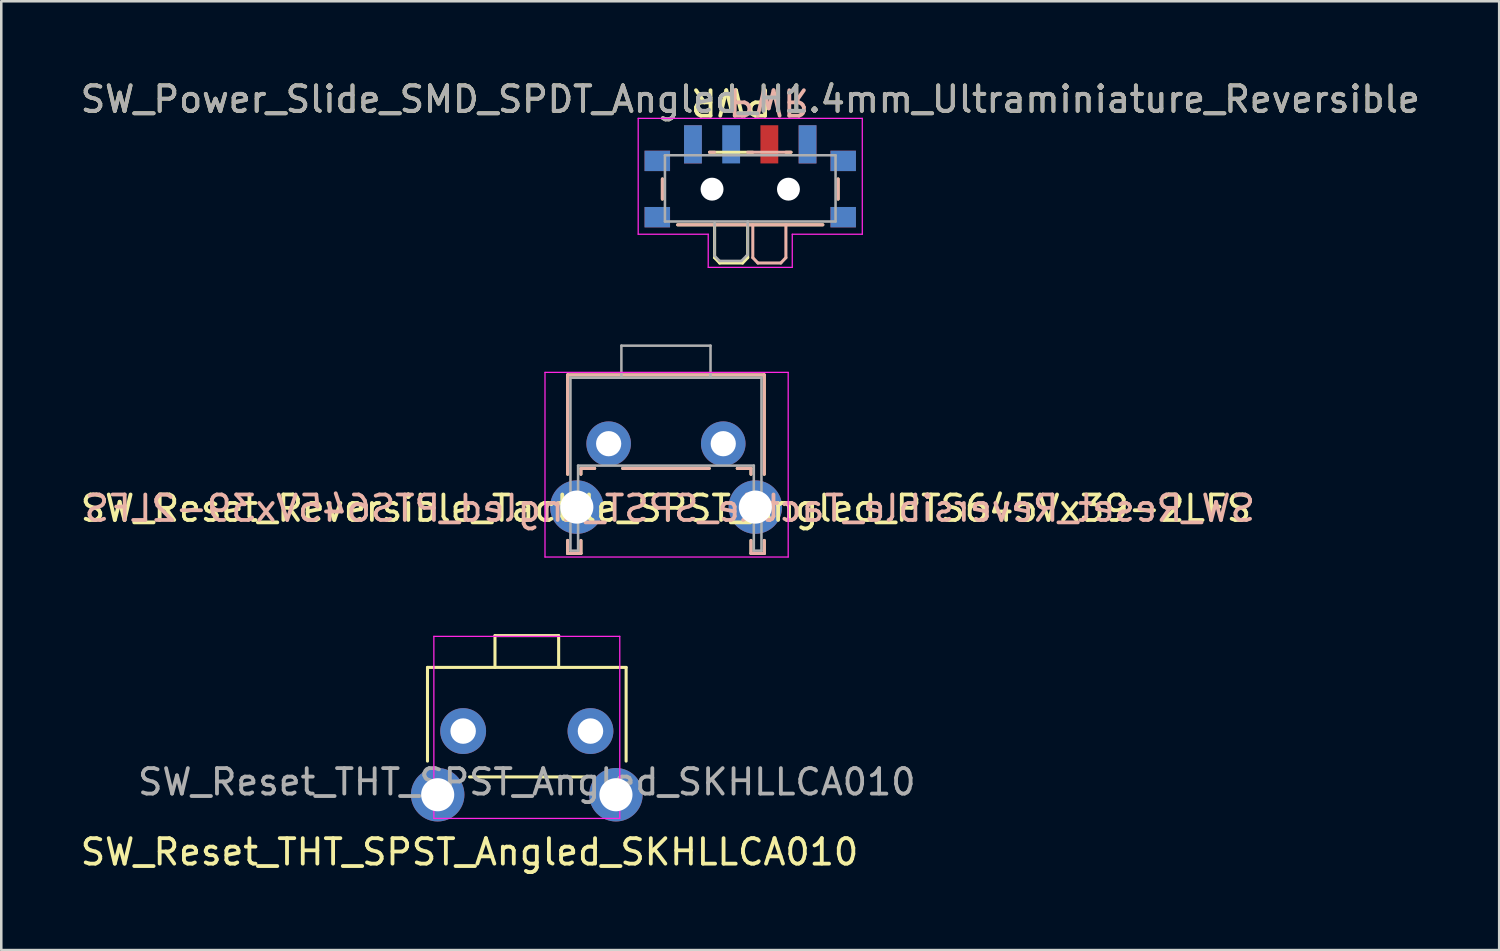
<source format=kicad_pcb>
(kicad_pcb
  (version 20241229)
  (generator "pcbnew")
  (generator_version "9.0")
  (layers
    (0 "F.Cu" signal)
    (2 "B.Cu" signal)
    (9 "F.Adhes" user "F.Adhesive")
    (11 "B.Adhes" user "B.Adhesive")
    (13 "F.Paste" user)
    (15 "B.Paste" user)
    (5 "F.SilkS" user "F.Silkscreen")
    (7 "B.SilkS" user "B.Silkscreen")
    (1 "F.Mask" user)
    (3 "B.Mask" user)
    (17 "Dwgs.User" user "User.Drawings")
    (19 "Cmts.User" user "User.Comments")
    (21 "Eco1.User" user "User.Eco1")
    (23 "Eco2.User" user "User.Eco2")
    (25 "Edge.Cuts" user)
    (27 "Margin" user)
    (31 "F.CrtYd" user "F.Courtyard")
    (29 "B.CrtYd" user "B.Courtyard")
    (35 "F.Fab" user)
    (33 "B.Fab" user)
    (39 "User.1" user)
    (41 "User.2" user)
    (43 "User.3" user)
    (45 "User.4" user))
  (footprint "SW_Reset_Reversible_Tactile_SPST_Angled_PTS645Vx39-2LFS"
    (layer "F.Cu")
    (at 20.851 14.373)
    (property "Reference" "SW_Reset_Reversible_Tactile_SPST_Angled_PTS645Vx39-2LFS" (at 2.25 2.54 0) (layer "F.SilkS") (effects (font (size 1 1) (thickness 0.15))))
    (attr through_hole)
    (fp_line (start -1.61 -2.7) (end -1.61 1.2) (stroke (width 0.12) (type solid)) (layer "F.SilkS"))
    (fp_line (start -1.61 -2.7) (end 6.11 -2.7) (stroke (width 0.12) (type solid)) (layer "F.SilkS"))
    (fp_line (start -1.61 3.8) (end -1.61 4.31) (stroke (width 0.12) (type solid)) (layer "F.SilkS"))
    (fp_line (start -1.61 4.31) (end -1.09 4.31) (stroke (width 0.12) (type solid)) (layer "F.SilkS"))
    (fp_line (start -1.09 0.97) (end -1.09 1.2) (stroke (width 0.12) (type solid)) (layer "F.SilkS"))
    (fp_line (start -1.09 0.97) (end -0.55 0.97) (stroke (width 0.12) (type solid)) (layer "F.SilkS"))
    (fp_line (start -1.09 3.8) (end -1.09 4.31) (stroke (width 0.12) (type solid)) (layer "F.SilkS"))
    (fp_line (start 0.55 0.97) (end 3.95 0.97) (stroke (width 0.12) (type solid)) (layer "F.SilkS"))
    (fp_line (start 5.05 0.97) (end 5.59 0.97) (stroke (width 0.12) (type solid)) (layer "F.SilkS"))
    (fp_line (start 5.59 0.97) (end 5.59 1.2) (stroke (width 0.12) (type solid)) (layer "F.SilkS"))
    (fp_line (start 5.59 3.8) (end 5.59 4.31) (stroke (width 0.12) (type solid)) (layer "F.SilkS"))
    (fp_line (start 5.59 4.31) (end 6.11 4.31) (stroke (width 0.12) (type solid)) (layer "F.SilkS"))
    (fp_line (start 6.11 -2.7) (end 6.11 1.2) (stroke (width 0.12) (type solid)) (layer "F.SilkS"))
    (fp_line (start 6.11 3.8) (end 6.11 4.31) (stroke (width 0.12) (type solid)) (layer "F.SilkS"))
    (fp_line (start -1.61 -2.7) (end -1.61 1.2) (stroke (width 0.12) (type solid)) (layer "B.SilkS"))
    (fp_line (start -1.61 3.8) (end -1.61 4.31) (stroke (width 0.12) (type solid)) (layer "B.SilkS"))
    (fp_line (start -1.09 0.97) (end -1.09 1.2) (stroke (width 0.12) (type solid)) (layer "B.SilkS"))
    (fp_line (start -1.09 3.8) (end -1.09 4.31) (stroke (width 0.12) (type solid)) (layer "B.SilkS"))
    (fp_line (start -1.09 4.31) (end -1.61 4.31) (stroke (width 0.12) (type solid)) (layer "B.SilkS"))
    (fp_line (start -0.55 0.97) (end -1.09 0.97) (stroke (width 0.12) (type solid)) (layer "B.SilkS"))
    (fp_line (start 3.95 0.97) (end 0.55 0.97) (stroke (width 0.12) (type solid)) (layer "B.SilkS"))
    (fp_line (start 5.59 0.97) (end 5.05 0.97) (stroke (width 0.12) (type solid)) (layer "B.SilkS"))
    (fp_line (start 5.59 0.97) (end 5.59 1.2) (stroke (width 0.12) (type solid)) (layer "B.SilkS"))
    (fp_line (start 5.59 3.8) (end 5.59 4.31) (stroke (width 0.12) (type solid)) (layer "B.SilkS"))
    (fp_line (start 6.11 -2.7) (end -1.61 -2.7) (stroke (width 0.12) (type solid)) (layer "B.SilkS"))
    (fp_line (start 6.11 -2.7) (end 6.11 1.2) (stroke (width 0.12) (type solid)) (layer "B.SilkS"))
    (fp_line (start 6.11 3.8) (end 6.11 4.31) (stroke (width 0.12) (type solid)) (layer "B.SilkS"))
    (fp_line (start 6.11 4.31) (end 5.59 4.31) (stroke (width 0.12) (type solid)) (layer "B.SilkS"))
    (fp_line (start -2.5 -2.8) (end 7.05 -2.8) (stroke (width 0.05) (type solid)) (layer "F.CrtYd"))
    (fp_line (start -2.5 4.45) (end -2.5 -2.8) (stroke (width 0.05) (type solid)) (layer "F.CrtYd"))
    (fp_line (start 7.05 -2.8) (end 7.05 4.45) (stroke (width 0.05) (type solid)) (layer "F.CrtYd"))
    (fp_line (start 7.05 4.45) (end -2.5 4.45) (stroke (width 0.05) (type solid)) (layer "F.CrtYd"))
    (fp_line (start -1.5 -2.59) (end 6 -2.59) (stroke (width 0.1) (type solid)) (layer "F.Fab"))
    (fp_line (start -1.5 4.2) (end -1.5 -2.59) (stroke (width 0.1) (type solid)) (layer "F.Fab"))
    (fp_line (start -1.5 4.2) (end -1.2 4.2) (stroke (width 0.1) (type solid)) (layer "F.Fab"))
    (fp_line (start -1.2 0.86) (end 5.7 0.86) (stroke (width 0.1) (type solid)) (layer "F.Fab"))
    (fp_line (start -1.2 4.2) (end -1.2 0.86) (stroke (width 0.1) (type solid)) (layer "F.Fab"))
    (fp_line (start 0.5 -3.85) (end 0.5 -2.59) (stroke (width 0.1) (type solid)) (layer "F.Fab"))
    (fp_line (start 0.5 -3.85) (end 4 -3.85) (stroke (width 0.1) (type solid)) (layer "F.Fab"))
    (fp_line (start 4 -3.85) (end 4 -2.59) (stroke (width 0.1) (type solid)) (layer "F.Fab"))
    (fp_line (start 5.7 4.2) (end 5.7 0.86) (stroke (width 0.1) (type solid)) (layer "F.Fab"))
    (fp_line (start 5.7 4.2) (end 6 4.2) (stroke (width 0.1) (type solid)) (layer "F.Fab"))
    (fp_line (start 6 4.2) (end 6 -2.59) (stroke (width 0.1) (type solid)) (layer "F.Fab"))
    (fp_text user "${REFERENCE}" (at 2.4 2.54 0) (layer "B.SilkS") (effects (font (size 1 1) (thickness 0.15)) (justify mirror)))
    (pad "" thru_hole circle (at -1.25 2.49) (size 2.1 2.1) (drill 1.3) (layers "*.Cu" "*.Mask"))
    (pad "" thru_hole circle (at 5.76 2.49) (size 2.1 2.1) (drill 1.3) (layers "*.Cu" "*.Mask"))
    (pad "1" thru_hole circle (at 0 0) (size 1.75 1.75) (drill 0.99) (layers "*.Cu" "*.Mask"))
    (pad "2" thru_hole circle (at 4.5 0) (size 1.75 1.75) (drill 0.99) (layers "*.Cu" "*.Mask")))
  (footprint "SW_Reset_THT_SPST_Angled_SKHLLCA010"
    (layer "F.Cu")
    (at 17.637 26.908)
    (property "Reference" "SW_Reset_THT_SPST_Angled_SKHLLCA010" (at -2.25 3.5 0) (unlocked yes) (layer "F.SilkS") (effects (font (size 1 1) (thickness 0.15))))
    (attr through_hole)
    (fp_line (start -3.9 -3.75) (end 3.9 -3.75) (stroke (width 0.12) (type solid)) (layer "F.SilkS"))
    (fp_line (start -3.9 -0.07) (end -3.9 -3.75) (stroke (width 0.12) (type solid)) (layer "F.SilkS"))
    (fp_line (start -2.25 0.55) (end 2.25 0.55) (stroke (width 0.12) (type solid)) (layer "F.SilkS"))
    (fp_line (start -1.25 -5) (end 1.25 -5) (stroke (width 0.12) (type solid)) (layer "F.SilkS"))
    (fp_line (start -1.25 -3.75) (end -1.25 -5) (stroke (width 0.12) (type solid)) (layer "F.SilkS"))
    (fp_line (start 1.25 -3.75) (end 1.25 -5) (stroke (width 0.12) (type solid)) (layer "F.SilkS"))
    (fp_line (start 3.9 -0.07) (end 3.9 -3.75) (stroke (width 0.12) (type solid)) (layer "F.SilkS"))
    (fp_line (start -3.65 -4.97) (end -3.65 2.18) (stroke (width 0.05) (type solid)) (layer "F.CrtYd"))
    (fp_line (start -3.65 -4.97) (end 3.65 -4.97) (stroke (width 0.05) (type solid)) (layer "F.CrtYd"))
    (fp_line (start -3.65 2.18) (end 3.65 2.18) (stroke (width 0.05) (type solid)) (layer "F.CrtYd"))
    (fp_line (start 3.65 -4.97) (end 3.65 2.18) (stroke (width 0.05) (type solid)) (layer "F.CrtYd"))
    (fp_text user "${REFERENCE}" (at 0 0.75 0) (unlocked yes) (layer "F.Fab") (effects (font (size 1 1) (thickness 0.15))))
    (pad "" thru_hole circle (at -3.5 1.25) (size 2.1 2.1) (drill 1.3) (layers "*.Cu" "*.Mask"))
    (pad "" thru_hole circle (at 3.5 1.25) (size 2.1 2.1) (drill 1.3) (layers "*.Cu" "*.Mask"))
    (pad "1" thru_hole circle (at 2.5 -1.25) (size 1.8 1.8) (drill 1) (layers "*.Cu" "B.Mask"))
    (pad "2" thru_hole circle (at -2.5 -1.25) (size 1.8 1.8) (drill 1) (layers "*.Cu" "B.Mask")))
  (footprint "SW_Power_Slide_SMD_SPDT_Angled_H1.4mm_Ultraminiature_Reversible"
    (layer "F.Cu")
    (at 26.411 4.048)
    (property "Reference" "SW_Power_Slide_SMD_SPDT_Angled_H1.4mm_Ultraminiature_Reversible" (at 0 -3.2 0) (layer "F.SilkS") (effects (font (size 1 1) (thickness 0.15))))
    (attr smd)
    (fp_line (start -3.45 -0.07) (end -3.45 0.72) (stroke (width 0.12) (type solid)) (layer "F.SilkS"))
    (fp_line (start -2.85 1.73) (end 2.85 1.73) (stroke (width 0.12) (type solid)) (layer "F.SilkS"))
    (fp_line (start -1.6 -1.12) (end 0.1 -1.12) (stroke (width 0.12) (type solid)) (layer "F.SilkS"))
    (fp_line (start -1.4 1.73) (end -1.4 3.02) (stroke (width 0.12) (type solid)) (layer "F.SilkS"))
    (fp_line (start -1.4 3.02) (end -1.2 3.23) (stroke (width 0.12) (type solid)) (layer "F.SilkS"))
    (fp_line (start -1.2 3.23) (end -0.3 3.23) (stroke (width 0.12) (type solid)) (layer "F.SilkS"))
    (fp_line (start -0.1 3.02) (end -0.3 3.23) (stroke (width 0.12) (type solid)) (layer "F.SilkS"))
    (fp_line (start -0.1 3.02) (end -0.1 1.73) (stroke (width 0.12) (type solid)) (layer "F.SilkS"))
    (fp_line (start 1.4 -1.12) (end 1.6 -1.12) (stroke (width 0.12) (type solid)) (layer "F.SilkS"))
    (fp_line (start 3.45 0.72) (end 3.45 -0.07) (stroke (width 0.12) (type solid)) (layer "F.SilkS"))
    (fp_line (start -3.45 0.72) (end -3.45 -0.07) (stroke (width 0.12) (type solid)) (layer "B.SilkS"))
    (fp_line (start -1.4 -1.12) (end -1.6 -1.12) (stroke (width 0.12) (type solid)) (layer "B.SilkS"))
    (fp_line (start 0.1 3.02) (end 0.1 1.73) (stroke (width 0.12) (type solid)) (layer "B.SilkS"))
    (fp_line (start 0.1 3.02) (end 0.3 3.23) (stroke (width 0.12) (type solid)) (layer "B.SilkS"))
    (fp_line (start 1.2 3.23) (end 0.3 3.23) (stroke (width 0.12) (type solid)) (layer "B.SilkS"))
    (fp_line (start 1.4 1.73) (end 1.4 3.02) (stroke (width 0.12) (type solid)) (layer "B.SilkS"))
    (fp_line (start 1.4 3.02) (end 1.2 3.23) (stroke (width 0.12) (type solid)) (layer "B.SilkS"))
    (fp_line (start 1.6 -1.12) (end -0.1 -1.12) (stroke (width 0.12) (type solid)) (layer "B.SilkS"))
    (fp_line (start 2.85 1.73) (end -2.85 1.73) (stroke (width 0.12) (type solid)) (layer "B.SilkS"))
    (fp_line (start 3.45 -0.07) (end 3.45 0.72) (stroke (width 0.12) (type solid)) (layer "B.SilkS"))
    (fp_line (start -4.4 -2.45) (end 4.4 -2.45) (stroke (width 0.05) (type solid)) (layer "F.CrtYd"))
    (fp_line (start -4.4 2.1) (end -4.4 -2.45) (stroke (width 0.05) (type solid)) (layer "F.CrtYd"))
    (fp_line (start -1.65 2.1) (end -4.4 2.1) (stroke (width 0.05) (type solid)) (layer "F.CrtYd"))
    (fp_line (start -1.65 3.4) (end -1.65 2.1) (stroke (width 0.05) (type solid)) (layer "F.CrtYd"))
    (fp_line (start 1.65 2.1) (end 1.65 3.4) (stroke (width 0.05) (type solid)) (layer "F.CrtYd"))
    (fp_line (start 1.65 3.4) (end -1.65 3.4) (stroke (width 0.05) (type solid)) (layer "F.CrtYd"))
    (fp_line (start 4.4 -2.45) (end 4.4 2.1) (stroke (width 0.05) (type solid)) (layer "F.CrtYd"))
    (fp_line (start 4.4 2.1) (end 1.65 2.1) (stroke (width 0.05) (type solid)) (layer "F.CrtYd"))
    (fp_line (start -3.35 -1) (end -3.35 1.6) (stroke (width 0.1) (type solid)) (layer "F.Fab"))
    (fp_line (start -3.35 1.6) (end 3.35 1.6) (stroke (width 0.1) (type solid)) (layer "F.Fab"))
    (fp_line (start -1.4 1.65) (end -1.4 2.95) (stroke (width 0.1) (type solid)) (layer "F.Fab"))
    (fp_line (start -1.4 2.95) (end -1.2 3.15) (stroke (width 0.1) (type solid)) (layer "F.Fab"))
    (fp_line (start -1.2 3.15) (end -0.35 3.15) (stroke (width 0.1) (type solid)) (layer "F.Fab"))
    (fp_line (start -0.35 3.15) (end -0.15 2.95) (stroke (width 0.1) (type solid)) (layer "F.Fab"))
    (fp_line (start -0.15 2.95) (end -0.1 2.9) (stroke (width 0.1) (type solid)) (layer "F.Fab"))
    (fp_line (start -0.1 2.9) (end -0.1 1.6) (stroke (width 0.1) (type solid)) (layer "F.Fab"))
    (fp_line (start 3.35 -1) (end -3.35 -1) (stroke (width 0.1) (type solid)) (layer "F.Fab"))
    (fp_line (start 3.35 1.6) (end 3.35 -1) (stroke (width 0.1) (type solid)) (layer "F.Fab"))
    (fp_text user "PWR" (at -0.75 -3.1 180) (unlocked yes) (layer "F.SilkS") (effects (font (size 1 1) (thickness 0.15))))
    (fp_text user "PWR" (at 0.725 -3.1 180) (unlocked yes) (layer "B.SilkS") (effects (font (size 1 1) (thickness 0.15)) (justify mirror)))
    (fp_text user "${REFERENCE}" (at 0 -3.2 0) (layer "F.Fab") (effects (font (size 1 1) (thickness 0.15))))
    (pad "" smd rect (at -3.65 -0.78) (size 1 0.8) (layers "F.Cu" "F.Mask" "F.Paste"))
    (pad "" smd rect (at -3.65 -0.78) (size 1 0.8) (layers "B.Cu" "B.Mask" "B.Paste"))
    (pad "" smd rect (at -3.65 1.43) (size 1 0.8) (layers "F.Cu" "F.Mask" "F.Paste"))
    (pad "" smd rect (at -3.65 1.43) (size 1 0.8) (layers "B.Cu" "B.Mask" "B.Paste"))
    (pad "" np_thru_hole circle (at -1.5 0.33) (size 0.9 0.9) (drill 0.9) (layers "*.Cu" "*.Mask"))
    (pad "" np_thru_hole circle (at 1.5 0.33) (size 0.9 0.9) (drill 0.9) (layers "*.Cu" "*.Mask"))
    (pad "" smd rect (at 3.65 -0.78) (size 1 0.8) (layers "F.Cu" "F.Mask" "F.Paste"))
    (pad "" smd rect (at 3.65 -0.78) (size 1 0.8) (layers "B.Cu" "B.Mask" "B.Paste"))
    (pad "" smd rect (at 3.65 1.43) (size 1 0.8) (layers "F.Cu" "F.Mask" "F.Paste"))
    (pad "" smd rect (at 3.65 1.43) (size 1 0.8) (layers "B.Cu" "B.Mask" "B.Paste"))
    (pad "1" smd rect (at -2.25 -1.43) (size 0.7 1.5) (layers "F.Cu" "F.Mask" "F.Paste"))
    (pad "1" smd rect (at 2.25 -1.43) (size 0.7 1.5) (layers "B.Cu" "B.Mask" "B.Paste"))
    (pad "2" smd rect (at -0.75 -1.43) (size 0.7 1.5) (layers "B.Cu" "B.Mask" "B.Paste"))
    (pad "2" smd rect (at 0.75 -1.43) (size 0.7 1.5) (layers "F.Cu" "F.Mask" "F.Paste"))
    (pad "3" smd rect (at -2.25 -1.43) (size 0.7 1.5) (layers "B.Cu" "B.Mask" "B.Paste"))
    (pad "3" smd rect (at 2.25 -1.43) (size 0.7 1.5) (layers "F.Cu" "F.Mask" "F.Paste")))
  (gr_rect
    (start -3 -3)
    (end 55.821 34.257)
    (stroke (width 0.1) (type default))
    (fill no)
    (layer "Edge.Cuts")))
</source>
